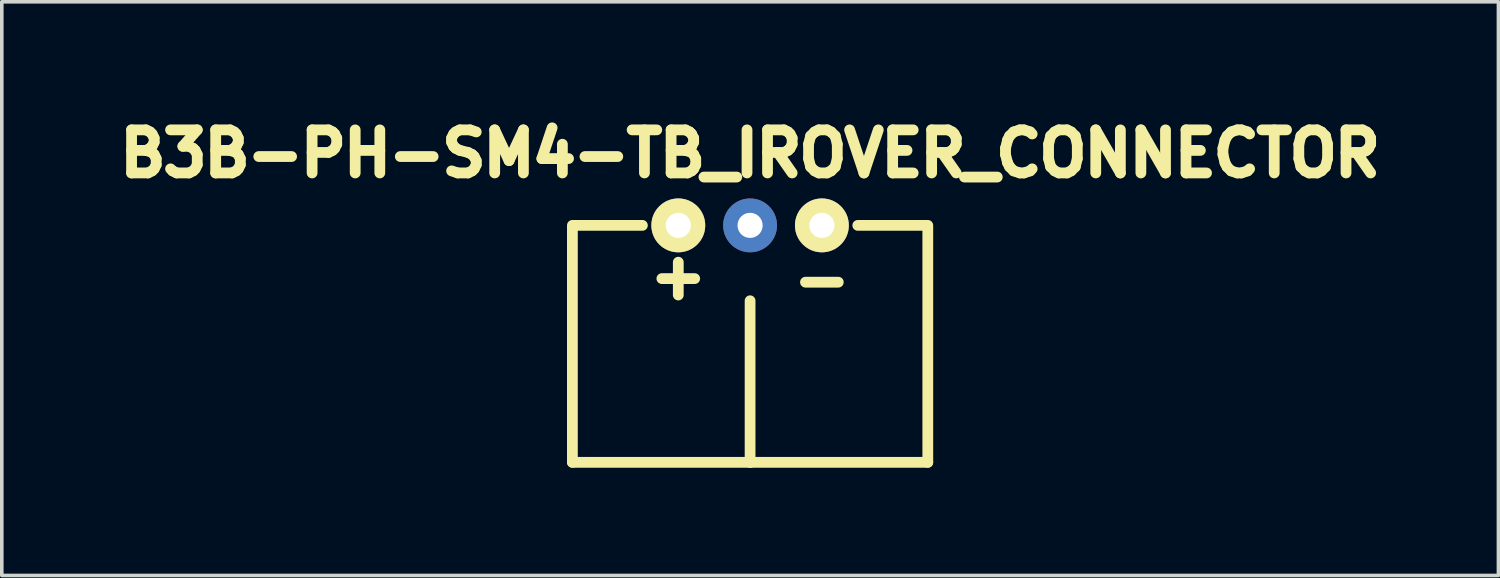
<source format=kicad_pcb>
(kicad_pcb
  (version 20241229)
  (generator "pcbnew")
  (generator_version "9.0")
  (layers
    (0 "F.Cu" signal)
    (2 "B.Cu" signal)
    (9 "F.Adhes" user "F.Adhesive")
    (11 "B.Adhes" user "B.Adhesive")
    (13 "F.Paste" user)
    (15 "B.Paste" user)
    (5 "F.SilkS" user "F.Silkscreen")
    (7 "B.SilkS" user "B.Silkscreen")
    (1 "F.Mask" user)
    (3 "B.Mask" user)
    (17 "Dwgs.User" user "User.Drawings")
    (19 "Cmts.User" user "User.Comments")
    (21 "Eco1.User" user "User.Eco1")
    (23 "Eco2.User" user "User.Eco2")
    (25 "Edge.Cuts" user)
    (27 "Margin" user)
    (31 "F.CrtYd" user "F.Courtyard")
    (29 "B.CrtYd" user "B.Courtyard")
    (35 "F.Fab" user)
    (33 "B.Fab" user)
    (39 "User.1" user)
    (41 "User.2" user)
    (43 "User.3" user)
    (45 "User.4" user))
  (footprint "B3B-PH-SM4-TB_IROVER_CONNECTOR"
    (layer "F.Cu")
    (at 17.844 3.228)
    (property "Reference" "B3B-PH-SM4-TB_IROVER_CONNECTOR" (at 0 -2 0) (layer "F.SilkS") (effects (font (size 1.2 1.2) (thickness 0.3))))
    (attr through_hole)
    (fp_line (start -4.95 0) (end -4.95 6.6) (stroke (width 0.3) (type solid)) (layer "F.SilkS"))
    (fp_line (start -4.95 6.6) (end 0 6.6) (stroke (width 0.3) (type solid)) (layer "F.SilkS"))
    (fp_line (start -4.9 0) (end -3 0) (stroke (width 0.3) (type solid)) (layer "F.SilkS"))
    (fp_line (start 0 6.6) (end 0 2.1) (stroke (width 0.3) (type solid)) (layer "F.SilkS"))
    (fp_line (start 4.9 0) (end 3 0) (stroke (width 0.3) (type solid)) (layer "F.SilkS"))
    (fp_line (start 4.95 0) (end 4.95 6.6) (stroke (width 0.3) (type solid)) (layer "F.SilkS"))
    (fp_line (start 4.95 6.6) (end 0 6.6) (stroke (width 0.3) (type solid)) (layer "F.SilkS"))
    (fp_text user "+" (at -2 1.4 0) (layer "F.SilkS") (effects (font (size 1.2 1.2) (thickness 0.3))))
    (fp_text user "-" (at 2 1.5 0) (layer "F.SilkS") (effects (font (size 1.2 1.2) (thickness 0.3))))
    (pad "1" thru_hole circle (at -2 0) (size 1.5 1.5) (drill 0.7) (layers "*.Cu" "*.Mask" "F.SilkS"))
    (pad "2" thru_hole circle (at 0 0) (size 1.5 1.5) (drill 0.7) (layers "*.Cu" "*.Mask"))
    (pad "3" thru_hole circle (at 2 0) (size 1.5 1.5) (drill 0.7) (layers "*.Cu" "*.Mask" "F.SilkS")))
  (gr_rect
    (start -3 -3)
    (end 38.689 12.979)
    (stroke (width 0.1) (type default))
    (fill no)
    (layer "Edge.Cuts")))
</source>
